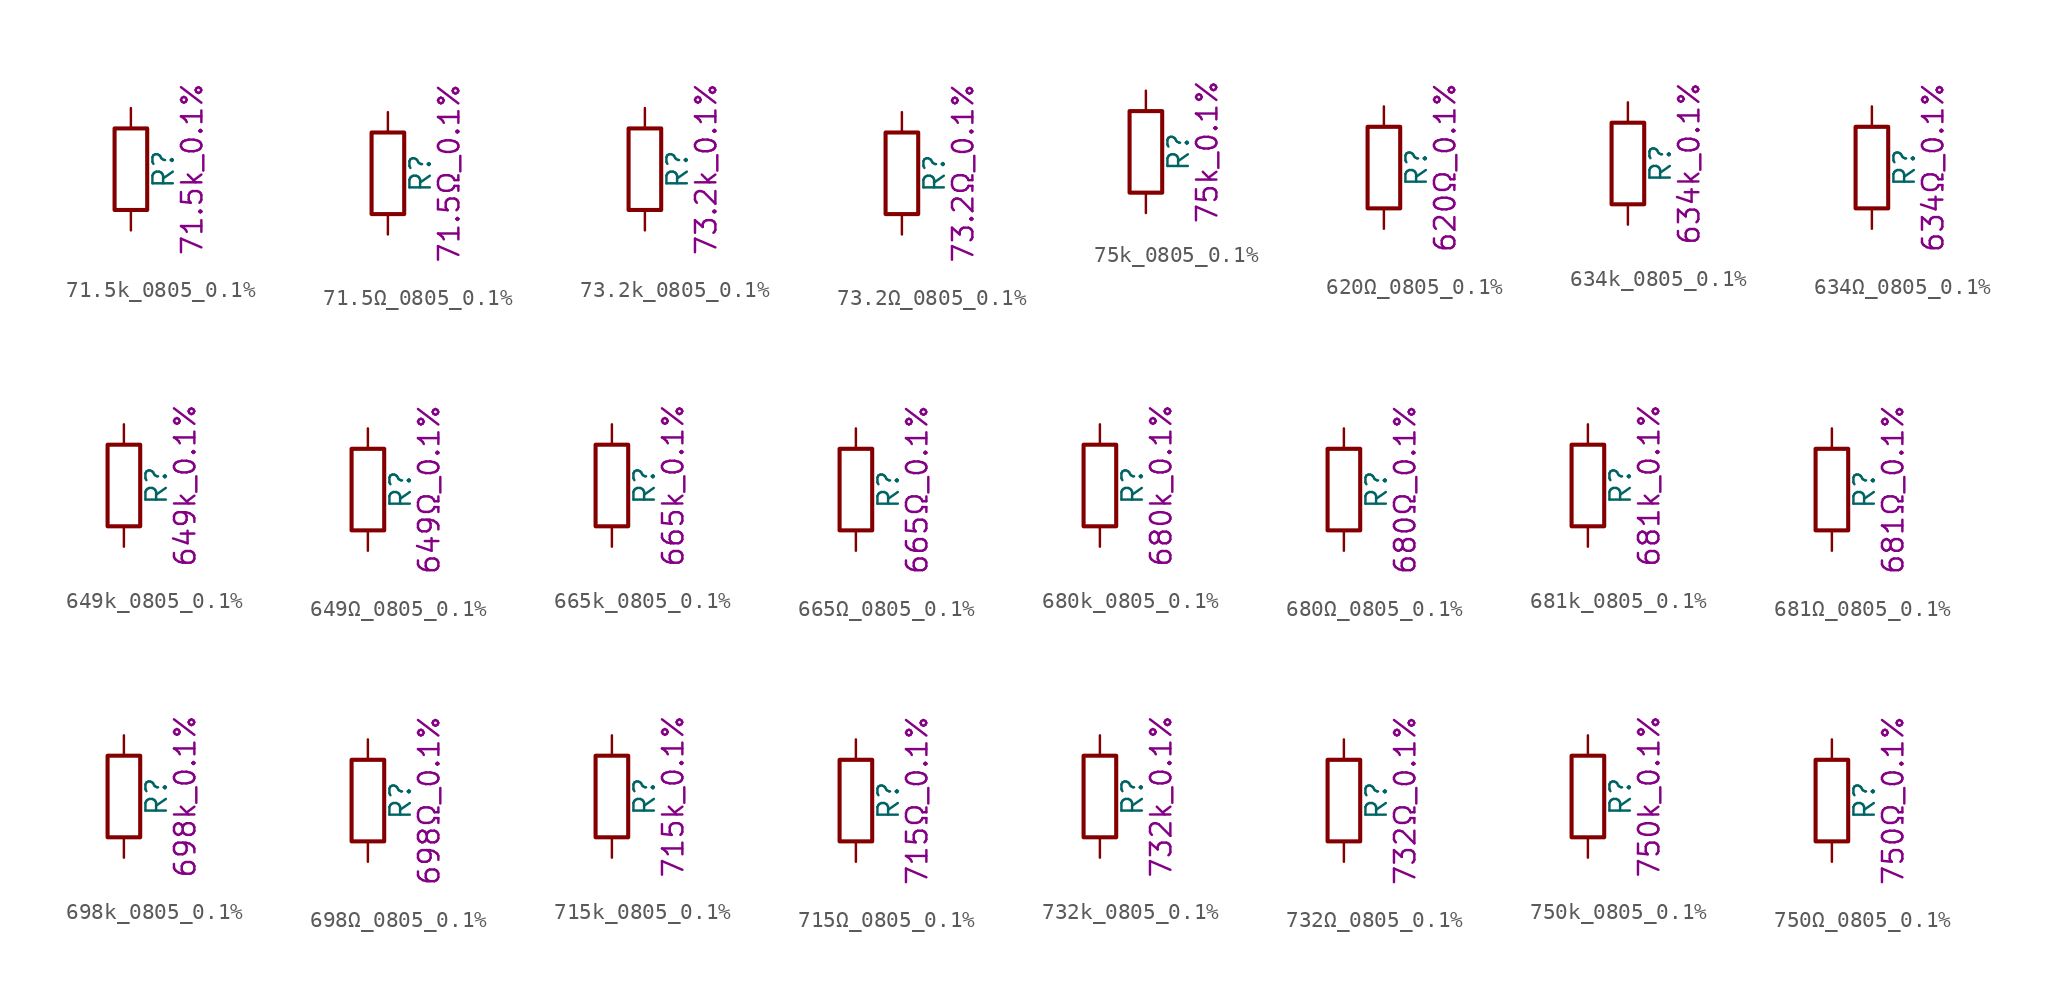
<source format=kicad_sym>
(kicad_symbol_lib
  (version 20211014)
  (generator kicad_symbol_editor)
  (symbol "71.5k_0805_0.1%"
    (pin_numbers hide)
    (pin_names
      (offset 0))
    (property "Reference" "R"
      (at 2.032 0 90)
      (effects (font (size 1.27 1.27))))
    (property "Display" "71.5k_0.1%"
      (at 3.81 0 90)
      (effects (font (size 1.27 1.27))))
    (symbol "71.5k_0805_0.1%_0_1"
      (rectangle (start -1.016 -2.54) (end 1.016 2.54) (stroke (width 0.254) (type default) (color 0 0 0 0)) (fill (type none))))
    (symbol "71.5k_0805_0.1%_1_1"
      (pin passive line (at 0 3.81 270) (length 1.27) (name "~" (effects (font (size 1.27 1.27)))) (number "1" (effects (font (size 1.27 1.27)))))
      (pin passive line (at 0 -3.81 90) (length 1.27) (name "~" (effects (font (size 1.27 1.27)))) (number "2" (effects (font (size 1.27 1.27)))))))
  (symbol "71.5Ω_0805_0.1%"
    (pin_numbers hide)
    (pin_names
      (offset 0))
    (property "Reference" "R"
      (at 2.032 0 90)
      (effects (font (size 1.27 1.27))))
    (property "Display" "71.5Ω_0.1%"
      (at 3.81 0 90)
      (effects (font (size 1.27 1.27))))
    (symbol "71.5Ω_0805_0.1%_0_1"
      (rectangle (start -1.016 -2.54) (end 1.016 2.54) (stroke (width 0.254) (type default) (color 0 0 0 0)) (fill (type none))))
    (symbol "71.5Ω_0805_0.1%_1_1"
      (pin passive line (at 0 3.81 270) (length 1.27) (name "~" (effects (font (size 1.27 1.27)))) (number "1" (effects (font (size 1.27 1.27)))))
      (pin passive line (at 0 -3.81 90) (length 1.27) (name "~" (effects (font (size 1.27 1.27)))) (number "2" (effects (font (size 1.27 1.27)))))))
  (symbol "73.2k_0805_0.1%"
    (pin_numbers hide)
    (pin_names
      (offset 0))
    (property "Reference" "R"
      (at 2.032 0 90)
      (effects (font (size 1.27 1.27))))
    (property "Display" "73.2k_0.1%"
      (at 3.81 0 90)
      (effects (font (size 1.27 1.27))))
    (symbol "73.2k_0805_0.1%_0_1"
      (rectangle (start -1.016 -2.54) (end 1.016 2.54) (stroke (width 0.254) (type default) (color 0 0 0 0)) (fill (type none))))
    (symbol "73.2k_0805_0.1%_1_1"
      (pin passive line (at 0 3.81 270) (length 1.27) (name "~" (effects (font (size 1.27 1.27)))) (number "1" (effects (font (size 1.27 1.27)))))
      (pin passive line (at 0 -3.81 90) (length 1.27) (name "~" (effects (font (size 1.27 1.27)))) (number "2" (effects (font (size 1.27 1.27)))))))
  (symbol "73.2Ω_0805_0.1%"
    (pin_numbers hide)
    (pin_names
      (offset 0))
    (property "Reference" "R"
      (at 2.032 0 90)
      (effects (font (size 1.27 1.27))))
    (property "Display" "73.2Ω_0.1%"
      (at 3.81 0 90)
      (effects (font (size 1.27 1.27))))
    (symbol "73.2Ω_0805_0.1%_0_1"
      (rectangle (start -1.016 -2.54) (end 1.016 2.54) (stroke (width 0.254) (type default) (color 0 0 0 0)) (fill (type none))))
    (symbol "73.2Ω_0805_0.1%_1_1"
      (pin passive line (at 0 3.81 270) (length 1.27) (name "~" (effects (font (size 1.27 1.27)))) (number "1" (effects (font (size 1.27 1.27)))))
      (pin passive line (at 0 -3.81 90) (length 1.27) (name "~" (effects (font (size 1.27 1.27)))) (number "2" (effects (font (size 1.27 1.27)))))))
  (symbol "75k_0805_0.1%"
    (pin_numbers hide)
    (pin_names
      (offset 0))
    (property "Reference" "R"
      (at 2.032 0 90)
      (effects (font (size 1.27 1.27))))
    (property "Display" "75k_0.1%"
      (at 3.81 0 90)
      (effects (font (size 1.27 1.27))))
    (symbol "75k_0805_0.1%_0_1"
      (rectangle (start -1.016 -2.54) (end 1.016 2.54) (stroke (width 0.254) (type default) (color 0 0 0 0)) (fill (type none))))
    (symbol "75k_0805_0.1%_1_1"
      (pin passive line (at 0 3.81 270) (length 1.27) (name "~" (effects (font (size 1.27 1.27)))) (number "1" (effects (font (size 1.27 1.27)))))
      (pin passive line (at 0 -3.81 90) (length 1.27) (name "~" (effects (font (size 1.27 1.27)))) (number "2" (effects (font (size 1.27 1.27)))))))
  (symbol "620Ω_0805_0.1%"
    (pin_numbers hide)
    (pin_names
      (offset 0))
    (property "Reference" "R"
      (at 2.032 0 90)
      (effects (font (size 1.27 1.27))))
    (property "Display" "620Ω_0.1%"
      (at 3.81 0 90)
      (effects (font (size 1.27 1.27))))
    (symbol "620Ω_0805_0.1%_0_1"
      (rectangle (start -1.016 -2.54) (end 1.016 2.54) (stroke (width 0.254) (type default) (color 0 0 0 0)) (fill (type none))))
    (symbol "620Ω_0805_0.1%_1_1"
      (pin passive line (at 0 3.81 270) (length 1.27) (name "~" (effects (font (size 1.27 1.27)))) (number "1" (effects (font (size 1.27 1.27)))))
      (pin passive line (at 0 -3.81 90) (length 1.27) (name "~" (effects (font (size 1.27 1.27)))) (number "2" (effects (font (size 1.27 1.27)))))))
  (symbol "634k_0805_0.1%"
    (pin_numbers hide)
    (pin_names
      (offset 0))
    (property "Reference" "R"
      (at 2.032 0 90)
      (effects (font (size 1.27 1.27))))
    (property "Display" "634k_0.1%"
      (at 3.81 0 90)
      (effects (font (size 1.27 1.27))))
    (symbol "634k_0805_0.1%_0_1"
      (rectangle (start -1.016 -2.54) (end 1.016 2.54) (stroke (width 0.254) (type default) (color 0 0 0 0)) (fill (type none))))
    (symbol "634k_0805_0.1%_1_1"
      (pin passive line (at 0 3.81 270) (length 1.27) (name "~" (effects (font (size 1.27 1.27)))) (number "1" (effects (font (size 1.27 1.27)))))
      (pin passive line (at 0 -3.81 90) (length 1.27) (name "~" (effects (font (size 1.27 1.27)))) (number "2" (effects (font (size 1.27 1.27)))))))
  (symbol "634Ω_0805_0.1%"
    (pin_numbers hide)
    (pin_names
      (offset 0))
    (property "Reference" "R"
      (at 2.032 0 90)
      (effects (font (size 1.27 1.27))))
    (property "Display" "634Ω_0.1%"
      (at 3.81 0 90)
      (effects (font (size 1.27 1.27))))
    (symbol "634Ω_0805_0.1%_0_1"
      (rectangle (start -1.016 -2.54) (end 1.016 2.54) (stroke (width 0.254) (type default) (color 0 0 0 0)) (fill (type none))))
    (symbol "634Ω_0805_0.1%_1_1"
      (pin passive line (at 0 3.81 270) (length 1.27) (name "~" (effects (font (size 1.27 1.27)))) (number "1" (effects (font (size 1.27 1.27)))))
      (pin passive line (at 0 -3.81 90) (length 1.27) (name "~" (effects (font (size 1.27 1.27)))) (number "2" (effects (font (size 1.27 1.27)))))))
  (symbol "649k_0805_0.1%"
    (pin_numbers hide)
    (pin_names
      (offset 0))
    (property "Reference" "R"
      (at 2.032 0 90)
      (effects (font (size 1.27 1.27))))
    (property "Display" "649k_0.1%"
      (at 3.81 0 90)
      (effects (font (size 1.27 1.27))))
    (symbol "649k_0805_0.1%_0_1"
      (rectangle (start -1.016 -2.54) (end 1.016 2.54) (stroke (width 0.254) (type default) (color 0 0 0 0)) (fill (type none))))
    (symbol "649k_0805_0.1%_1_1"
      (pin passive line (at 0 3.81 270) (length 1.27) (name "~" (effects (font (size 1.27 1.27)))) (number "1" (effects (font (size 1.27 1.27)))))
      (pin passive line (at 0 -3.81 90) (length 1.27) (name "~" (effects (font (size 1.27 1.27)))) (number "2" (effects (font (size 1.27 1.27)))))))
  (symbol "649Ω_0805_0.1%"
    (pin_numbers hide)
    (pin_names
      (offset 0))
    (property "Reference" "R"
      (at 2.032 0 90)
      (effects (font (size 1.27 1.27))))
    (property "Display" "649Ω_0.1%"
      (at 3.81 0 90)
      (effects (font (size 1.27 1.27))))
    (symbol "649Ω_0805_0.1%_0_1"
      (rectangle (start -1.016 -2.54) (end 1.016 2.54) (stroke (width 0.254) (type default) (color 0 0 0 0)) (fill (type none))))
    (symbol "649Ω_0805_0.1%_1_1"
      (pin passive line (at 0 3.81 270) (length 1.27) (name "~" (effects (font (size 1.27 1.27)))) (number "1" (effects (font (size 1.27 1.27)))))
      (pin passive line (at 0 -3.81 90) (length 1.27) (name "~" (effects (font (size 1.27 1.27)))) (number "2" (effects (font (size 1.27 1.27)))))))
  (symbol "665k_0805_0.1%"
    (pin_numbers hide)
    (pin_names
      (offset 0))
    (property "Reference" "R"
      (at 2.032 0 90)
      (effects (font (size 1.27 1.27))))
    (property "Display" "665k_0.1%"
      (at 3.81 0 90)
      (effects (font (size 1.27 1.27))))
    (symbol "665k_0805_0.1%_0_1"
      (rectangle (start -1.016 -2.54) (end 1.016 2.54) (stroke (width 0.254) (type default) (color 0 0 0 0)) (fill (type none))))
    (symbol "665k_0805_0.1%_1_1"
      (pin passive line (at 0 3.81 270) (length 1.27) (name "~" (effects (font (size 1.27 1.27)))) (number "1" (effects (font (size 1.27 1.27)))))
      (pin passive line (at 0 -3.81 90) (length 1.27) (name "~" (effects (font (size 1.27 1.27)))) (number "2" (effects (font (size 1.27 1.27)))))))
  (symbol "665Ω_0805_0.1%"
    (pin_numbers hide)
    (pin_names
      (offset 0))
    (property "Reference" "R"
      (at 2.032 0 90)
      (effects (font (size 1.27 1.27))))
    (property "Display" "665Ω_0.1%"
      (at 3.81 0 90)
      (effects (font (size 1.27 1.27))))
    (symbol "665Ω_0805_0.1%_0_1"
      (rectangle (start -1.016 -2.54) (end 1.016 2.54) (stroke (width 0.254) (type default) (color 0 0 0 0)) (fill (type none))))
    (symbol "665Ω_0805_0.1%_1_1"
      (pin passive line (at 0 3.81 270) (length 1.27) (name "~" (effects (font (size 1.27 1.27)))) (number "1" (effects (font (size 1.27 1.27)))))
      (pin passive line (at 0 -3.81 90) (length 1.27) (name "~" (effects (font (size 1.27 1.27)))) (number "2" (effects (font (size 1.27 1.27)))))))
  (symbol "680k_0805_0.1%"
    (pin_numbers hide)
    (pin_names
      (offset 0))
    (property "Reference" "R"
      (at 2.032 0 90)
      (effects (font (size 1.27 1.27))))
    (property "Display" "680k_0.1%"
      (at 3.81 0 90)
      (effects (font (size 1.27 1.27))))
    (symbol "680k_0805_0.1%_0_1"
      (rectangle (start -1.016 -2.54) (end 1.016 2.54) (stroke (width 0.254) (type default) (color 0 0 0 0)) (fill (type none))))
    (symbol "680k_0805_0.1%_1_1"
      (pin passive line (at 0 3.81 270) (length 1.27) (name "~" (effects (font (size 1.27 1.27)))) (number "1" (effects (font (size 1.27 1.27)))))
      (pin passive line (at 0 -3.81 90) (length 1.27) (name "~" (effects (font (size 1.27 1.27)))) (number "2" (effects (font (size 1.27 1.27)))))))
  (symbol "680Ω_0805_0.1%"
    (pin_numbers hide)
    (pin_names
      (offset 0))
    (property "Reference" "R"
      (at 2.032 0 90)
      (effects (font (size 1.27 1.27))))
    (property "Display" "680Ω_0.1%"
      (at 3.81 0 90)
      (effects (font (size 1.27 1.27))))
    (symbol "680Ω_0805_0.1%_0_1"
      (rectangle (start -1.016 -2.54) (end 1.016 2.54) (stroke (width 0.254) (type default) (color 0 0 0 0)) (fill (type none))))
    (symbol "680Ω_0805_0.1%_1_1"
      (pin passive line (at 0 3.81 270) (length 1.27) (name "~" (effects (font (size 1.27 1.27)))) (number "1" (effects (font (size 1.27 1.27)))))
      (pin passive line (at 0 -3.81 90) (length 1.27) (name "~" (effects (font (size 1.27 1.27)))) (number "2" (effects (font (size 1.27 1.27)))))))
  (symbol "681k_0805_0.1%"
    (pin_numbers hide)
    (pin_names
      (offset 0))
    (property "Reference" "R"
      (at 2.032 0 90)
      (effects (font (size 1.27 1.27))))
    (property "Display" "681k_0.1%"
      (at 3.81 0 90)
      (effects (font (size 1.27 1.27))))
    (symbol "681k_0805_0.1%_0_1"
      (rectangle (start -1.016 -2.54) (end 1.016 2.54) (stroke (width 0.254) (type default) (color 0 0 0 0)) (fill (type none))))
    (symbol "681k_0805_0.1%_1_1"
      (pin passive line (at 0 3.81 270) (length 1.27) (name "~" (effects (font (size 1.27 1.27)))) (number "1" (effects (font (size 1.27 1.27)))))
      (pin passive line (at 0 -3.81 90) (length 1.27) (name "~" (effects (font (size 1.27 1.27)))) (number "2" (effects (font (size 1.27 1.27)))))))
  (symbol "681Ω_0805_0.1%"
    (pin_numbers hide)
    (pin_names
      (offset 0))
    (property "Reference" "R"
      (at 2.032 0 90)
      (effects (font (size 1.27 1.27))))
    (property "Display" "681Ω_0.1%"
      (at 3.81 0 90)
      (effects (font (size 1.27 1.27))))
    (symbol "681Ω_0805_0.1%_0_1"
      (rectangle (start -1.016 -2.54) (end 1.016 2.54) (stroke (width 0.254) (type default) (color 0 0 0 0)) (fill (type none))))
    (symbol "681Ω_0805_0.1%_1_1"
      (pin passive line (at 0 3.81 270) (length 1.27) (name "~" (effects (font (size 1.27 1.27)))) (number "1" (effects (font (size 1.27 1.27)))))
      (pin passive line (at 0 -3.81 90) (length 1.27) (name "~" (effects (font (size 1.27 1.27)))) (number "2" (effects (font (size 1.27 1.27)))))))
  (symbol "698k_0805_0.1%"
    (pin_numbers hide)
    (pin_names
      (offset 0))
    (property "Reference" "R"
      (at 2.032 0 90)
      (effects (font (size 1.27 1.27))))
    (property "Display" "698k_0.1%"
      (at 3.81 0 90)
      (effects (font (size 1.27 1.27))))
    (symbol "698k_0805_0.1%_0_1"
      (rectangle (start -1.016 -2.54) (end 1.016 2.54) (stroke (width 0.254) (type default) (color 0 0 0 0)) (fill (type none))))
    (symbol "698k_0805_0.1%_1_1"
      (pin passive line (at 0 3.81 270) (length 1.27) (name "~" (effects (font (size 1.27 1.27)))) (number "1" (effects (font (size 1.27 1.27)))))
      (pin passive line (at 0 -3.81 90) (length 1.27) (name "~" (effects (font (size 1.27 1.27)))) (number "2" (effects (font (size 1.27 1.27)))))))
  (symbol "698Ω_0805_0.1%"
    (pin_numbers hide)
    (pin_names
      (offset 0))
    (property "Reference" "R"
      (at 2.032 0 90)
      (effects (font (size 1.27 1.27))))
    (property "Display" "698Ω_0.1%"
      (at 3.81 0 90)
      (effects (font (size 1.27 1.27))))
    (symbol "698Ω_0805_0.1%_0_1"
      (rectangle (start -1.016 -2.54) (end 1.016 2.54) (stroke (width 0.254) (type default) (color 0 0 0 0)) (fill (type none))))
    (symbol "698Ω_0805_0.1%_1_1"
      (pin passive line (at 0 3.81 270) (length 1.27) (name "~" (effects (font (size 1.27 1.27)))) (number "1" (effects (font (size 1.27 1.27)))))
      (pin passive line (at 0 -3.81 90) (length 1.27) (name "~" (effects (font (size 1.27 1.27)))) (number "2" (effects (font (size 1.27 1.27)))))))
  (symbol "715k_0805_0.1%"
    (pin_numbers hide)
    (pin_names
      (offset 0))
    (property "Reference" "R"
      (at 2.032 0 90)
      (effects (font (size 1.27 1.27))))
    (property "Display" "715k_0.1%"
      (at 3.81 0 90)
      (effects (font (size 1.27 1.27))))
    (symbol "715k_0805_0.1%_0_1"
      (rectangle (start -1.016 -2.54) (end 1.016 2.54) (stroke (width 0.254) (type default) (color 0 0 0 0)) (fill (type none))))
    (symbol "715k_0805_0.1%_1_1"
      (pin passive line (at 0 3.81 270) (length 1.27) (name "~" (effects (font (size 1.27 1.27)))) (number "1" (effects (font (size 1.27 1.27)))))
      (pin passive line (at 0 -3.81 90) (length 1.27) (name "~" (effects (font (size 1.27 1.27)))) (number "2" (effects (font (size 1.27 1.27)))))))
  (symbol "715Ω_0805_0.1%"
    (pin_numbers hide)
    (pin_names
      (offset 0))
    (property "Reference" "R"
      (at 2.032 0 90)
      (effects (font (size 1.27 1.27))))
    (property "Display" "715Ω_0.1%"
      (at 3.81 0 90)
      (effects (font (size 1.27 1.27))))
    (symbol "715Ω_0805_0.1%_0_1"
      (rectangle (start -1.016 -2.54) (end 1.016 2.54) (stroke (width 0.254) (type default) (color 0 0 0 0)) (fill (type none))))
    (symbol "715Ω_0805_0.1%_1_1"
      (pin passive line (at 0 3.81 270) (length 1.27) (name "~" (effects (font (size 1.27 1.27)))) (number "1" (effects (font (size 1.27 1.27)))))
      (pin passive line (at 0 -3.81 90) (length 1.27) (name "~" (effects (font (size 1.27 1.27)))) (number "2" (effects (font (size 1.27 1.27)))))))
  (symbol "732k_0805_0.1%"
    (pin_numbers hide)
    (pin_names
      (offset 0))
    (property "Reference" "R"
      (at 2.032 0 90)
      (effects (font (size 1.27 1.27))))
    (property "Display" "732k_0.1%"
      (at 3.81 0 90)
      (effects (font (size 1.27 1.27))))
    (symbol "732k_0805_0.1%_0_1"
      (rectangle (start -1.016 -2.54) (end 1.016 2.54) (stroke (width 0.254) (type default) (color 0 0 0 0)) (fill (type none))))
    (symbol "732k_0805_0.1%_1_1"
      (pin passive line (at 0 3.81 270) (length 1.27) (name "~" (effects (font (size 1.27 1.27)))) (number "1" (effects (font (size 1.27 1.27)))))
      (pin passive line (at 0 -3.81 90) (length 1.27) (name "~" (effects (font (size 1.27 1.27)))) (number "2" (effects (font (size 1.27 1.27)))))))
  (symbol "732Ω_0805_0.1%"
    (pin_numbers hide)
    (pin_names
      (offset 0))
    (property "Reference" "R"
      (at 2.032 0 90)
      (effects (font (size 1.27 1.27))))
    (property "Display" "732Ω_0.1%"
      (at 3.81 0 90)
      (effects (font (size 1.27 1.27))))
    (symbol "732Ω_0805_0.1%_0_1"
      (rectangle (start -1.016 -2.54) (end 1.016 2.54) (stroke (width 0.254) (type default) (color 0 0 0 0)) (fill (type none))))
    (symbol "732Ω_0805_0.1%_1_1"
      (pin passive line (at 0 3.81 270) (length 1.27) (name "~" (effects (font (size 1.27 1.27)))) (number "1" (effects (font (size 1.27 1.27)))))
      (pin passive line (at 0 -3.81 90) (length 1.27) (name "~" (effects (font (size 1.27 1.27)))) (number "2" (effects (font (size 1.27 1.27)))))))
  (symbol "750k_0805_0.1%"
    (pin_numbers hide)
    (pin_names
      (offset 0))
    (property "Reference" "R"
      (at 2.032 0 90)
      (effects (font (size 1.27 1.27))))
    (property "Display" "750k_0.1%"
      (at 3.81 0 90)
      (effects (font (size 1.27 1.27))))
    (symbol "750k_0805_0.1%_0_1"
      (rectangle (start -1.016 -2.54) (end 1.016 2.54) (stroke (width 0.254) (type default) (color 0 0 0 0)) (fill (type none))))
    (symbol "750k_0805_0.1%_1_1"
      (pin passive line (at 0 3.81 270) (length 1.27) (name "~" (effects (font (size 1.27 1.27)))) (number "1" (effects (font (size 1.27 1.27)))))
      (pin passive line (at 0 -3.81 90) (length 1.27) (name "~" (effects (font (size 1.27 1.27)))) (number "2" (effects (font (size 1.27 1.27)))))))
  (symbol "750Ω_0805_0.1%"
    (pin_numbers hide)
    (pin_names
      (offset 0))
    (property "Reference" "R"
      (at 2.032 0 90)
      (effects (font (size 1.27 1.27))))
    (property "Display" "750Ω_0.1%"
      (at 3.81 0 90)
      (effects (font (size 1.27 1.27))))
    (symbol "750Ω_0805_0.1%_0_1"
      (rectangle (start -1.016 -2.54) (end 1.016 2.54) (stroke (width 0.254) (type default) (color 0 0 0 0)) (fill (type none))))
    (symbol "750Ω_0805_0.1%_1_1"
      (pin passive line (at 0 3.81 270) (length 1.27) (name "~" (effects (font (size 1.27 1.27)))) (number "1" (effects (font (size 1.27 1.27)))))
      (pin passive line (at 0 -3.81 90) (length 1.27) (name "~" (effects (font (size 1.27 1.27)))) (number "2" (effects (font (size 1.27 1.27))))))))
</source>
